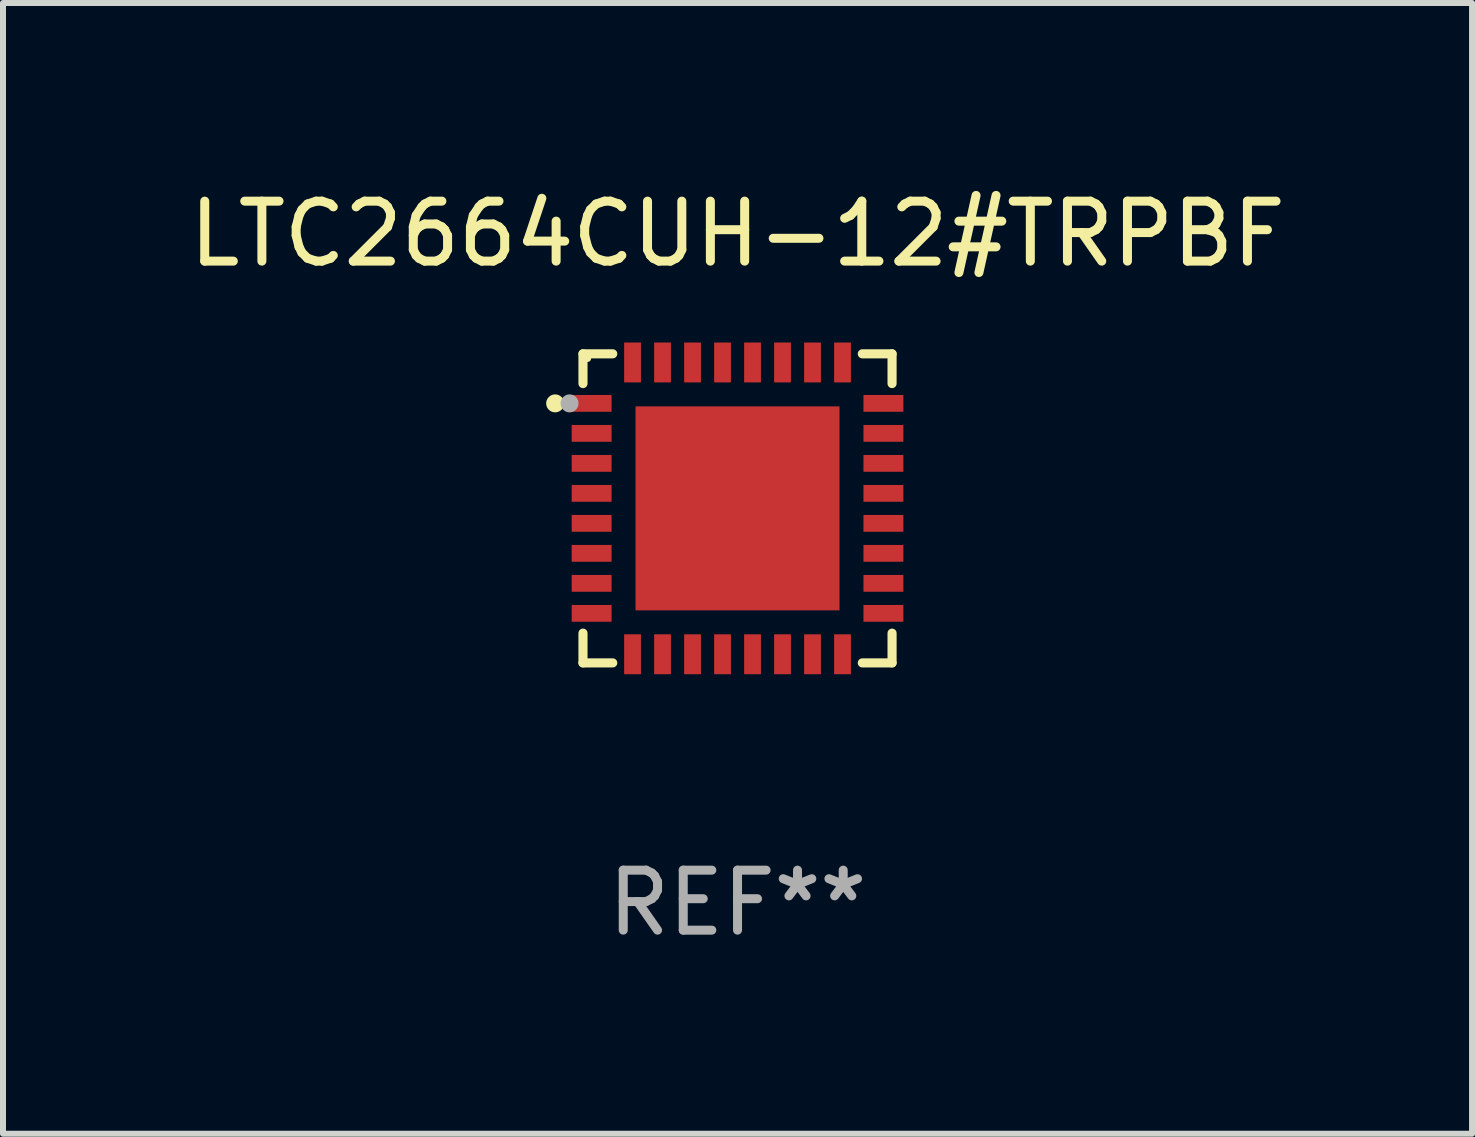
<source format=kicad_pcb>
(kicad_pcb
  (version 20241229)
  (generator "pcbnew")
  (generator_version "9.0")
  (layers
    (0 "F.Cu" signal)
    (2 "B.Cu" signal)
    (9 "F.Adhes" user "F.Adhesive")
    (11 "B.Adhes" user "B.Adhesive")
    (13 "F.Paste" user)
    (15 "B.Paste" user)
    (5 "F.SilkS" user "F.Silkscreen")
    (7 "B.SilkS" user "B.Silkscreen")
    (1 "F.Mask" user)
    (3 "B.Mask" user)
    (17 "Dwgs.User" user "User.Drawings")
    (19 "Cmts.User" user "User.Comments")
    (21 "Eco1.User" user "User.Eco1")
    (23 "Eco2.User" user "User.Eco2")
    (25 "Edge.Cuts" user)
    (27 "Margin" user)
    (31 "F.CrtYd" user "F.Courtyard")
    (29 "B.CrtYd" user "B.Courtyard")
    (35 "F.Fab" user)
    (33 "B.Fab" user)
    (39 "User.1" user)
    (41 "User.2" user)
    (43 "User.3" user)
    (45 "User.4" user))
  (footprint "LTC2664CUH-12#TRPBF"
    (layer "F.Cu")
    (at 9.244 5.424)
    (property "Reference" "LTC2664CUH-12#TRPBF" (at 0 -4.576 0) (layer "F.SilkS") (effects (font (size 1 1) (thickness 0.15))))
    (attr through_hole)
    (fp_line (start -2.576 -2.576) (end -2.576 -2.08) (stroke (width 0.152) (type solid)) (layer "F.SilkS"))
    (fp_line (start -2.576 2.576) (end -2.576 2.08) (stroke (width 0.152) (type solid)) (layer "F.SilkS"))
    (fp_line (start -2.08 -2.576) (end -2.576 -2.576) (stroke (width 0.152) (type solid)) (layer "F.SilkS"))
    (fp_line (start -2.08 2.576) (end -2.576 2.576) (stroke (width 0.152) (type solid)) (layer "F.SilkS"))
    (fp_line (start 2.08 -2.576) (end 2.576 -2.576) (stroke (width 0.152) (type solid)) (layer "F.SilkS"))
    (fp_line (start 2.08 2.576) (end 2.576 2.576) (stroke (width 0.152) (type solid)) (layer "F.SilkS"))
    (fp_line (start 2.576 -2.576) (end 2.576 -2.08) (stroke (width 0.152) (type solid)) (layer "F.SilkS"))
    (fp_line (start 2.576 2.576) (end 2.576 2.08) (stroke (width 0.152) (type solid)) (layer "F.SilkS"))
    (fp_circle (center -3.04 -1.75) (end -2.965 -1.75) (stroke (width 0.15) (type solid)) (fill no) (layer "F.SilkS"))
    (fp_circle (center -2.5 -2.5) (end -2.47 -2.5) (stroke (width 0.06) (type solid)) (fill no) (layer "F.SilkS"))
    (fp_circle (center -2.8 -1.75) (end -2.725 -1.75) (stroke (width 0.15) (type solid)) (fill no) (layer "F.Fab"))
    (fp_text user "REF**" (at 0 6.576 0) (layer "F.Fab") (effects (font (size 1 1) (thickness 0.15))))
    (pad "1" smd rect (at -2.432 -1.75) (size 0.665 0.28) (layers "F.Cu" "F.Mask" "F.Paste"))
    (pad "2" smd rect (at -2.432 -1.25) (size 0.665 0.28) (layers "F.Cu" "F.Mask" "F.Paste"))
    (pad "3" smd rect (at -2.432 -0.75) (size 0.665 0.28) (layers "F.Cu" "F.Mask" "F.Paste"))
    (pad "4" smd rect (at -2.432 -0.25) (size 0.665 0.28) (layers "F.Cu" "F.Mask" "F.Paste"))
    (pad "5" smd rect (at -2.432 0.25) (size 0.665 0.28) (layers "F.Cu" "F.Mask" "F.Paste"))
    (pad "6" smd rect (at -2.432 0.75) (size 0.665 0.28) (layers "F.Cu" "F.Mask" "F.Paste"))
    (pad "7" smd rect (at -2.432 1.25) (size 0.665 0.28) (layers "F.Cu" "F.Mask" "F.Paste"))
    (pad "8" smd rect (at -2.432 1.75) (size 0.665 0.28) (layers "F.Cu" "F.Mask" "F.Paste"))
    (pad "9" smd rect (at -1.75 2.432) (size 0.28 0.665) (layers "F.Cu" "F.Mask" "F.Paste"))
    (pad "10" smd rect (at -1.25 2.432) (size 0.28 0.665) (layers "F.Cu" "F.Mask" "F.Paste"))
    (pad "11" smd rect (at -0.75 2.432) (size 0.28 0.665) (layers "F.Cu" "F.Mask" "F.Paste"))
    (pad "12" smd rect (at -0.25 2.432) (size 0.28 0.665) (layers "F.Cu" "F.Mask" "F.Paste"))
    (pad "13" smd rect (at 0.25 2.432) (size 0.28 0.665) (layers "F.Cu" "F.Mask" "F.Paste"))
    (pad "14" smd rect (at 0.75 2.432) (size 0.28 0.665) (layers "F.Cu" "F.Mask" "F.Paste"))
    (pad "15" smd rect (at 1.25 2.432) (size 0.28 0.665) (layers "F.Cu" "F.Mask" "F.Paste"))
    (pad "16" smd rect (at 1.75 2.432) (size 0.28 0.665) (layers "F.Cu" "F.Mask" "F.Paste"))
    (pad "17" smd rect (at 2.432 1.75) (size 0.665 0.28) (layers "F.Cu" "F.Mask" "F.Paste"))
    (pad "18" smd rect (at 2.432 1.25) (size 0.665 0.28) (layers "F.Cu" "F.Mask" "F.Paste"))
    (pad "19" smd rect (at 2.432 0.75) (size 0.665 0.28) (layers "F.Cu" "F.Mask" "F.Paste"))
    (pad "20" smd rect (at 2.432 0.25) (size 0.665 0.28) (layers "F.Cu" "F.Mask" "F.Paste"))
    (pad "21" smd rect (at 2.432 -0.25) (size 0.665 0.28) (layers "F.Cu" "F.Mask" "F.Paste"))
    (pad "22" smd rect (at 2.432 -0.75) (size 0.665 0.28) (layers "F.Cu" "F.Mask" "F.Paste"))
    (pad "23" smd rect (at 2.432 -1.25) (size 0.665 0.28) (layers "F.Cu" "F.Mask" "F.Paste"))
    (pad "24" smd rect (at 2.432 -1.75) (size 0.665 0.28) (layers "F.Cu" "F.Mask" "F.Paste"))
    (pad "25" smd rect (at 1.75 -2.432) (size 0.28 0.665) (layers "F.Cu" "F.Mask" "F.Paste"))
    (pad "26" smd rect (at 1.25 -2.432) (size 0.28 0.665) (layers "F.Cu" "F.Mask" "F.Paste"))
    (pad "27" smd rect (at 0.75 -2.432) (size 0.28 0.665) (layers "F.Cu" "F.Mask" "F.Paste"))
    (pad "28" smd rect (at 0.25 -2.432) (size 0.28 0.665) (layers "F.Cu" "F.Mask" "F.Paste"))
    (pad "29" smd rect (at -0.25 -2.432) (size 0.28 0.665) (layers "F.Cu" "F.Mask" "F.Paste"))
    (pad "30" smd rect (at -0.75 -2.432) (size 0.28 0.665) (layers "F.Cu" "F.Mask" "F.Paste"))
    (pad "31" smd rect (at -1.25 -2.432) (size 0.28 0.665) (layers "F.Cu" "F.Mask" "F.Paste"))
    (pad "32" smd rect (at -1.75 -2.432) (size 0.28 0.665) (layers "F.Cu" "F.Mask" "F.Paste"))
    (pad "33" smd rect (at 0 0) (size 3.4 3.4) (layers "F.Cu" "F.Mask" "F.Paste")))
  (gr_rect
    (start -3 -3)
    (end 21.488 15.849)
    (stroke (width 0.1) (type default))
    (fill no)
    (layer "Edge.Cuts")))
</source>
